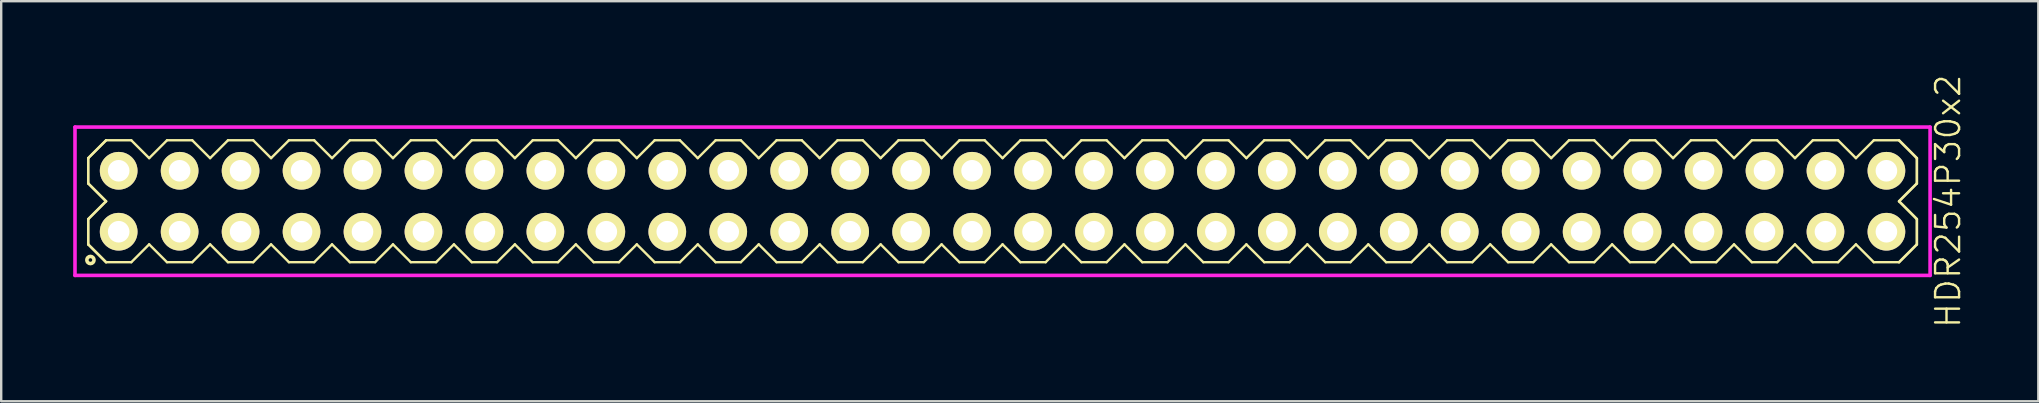
<source format=kicad_pcb>
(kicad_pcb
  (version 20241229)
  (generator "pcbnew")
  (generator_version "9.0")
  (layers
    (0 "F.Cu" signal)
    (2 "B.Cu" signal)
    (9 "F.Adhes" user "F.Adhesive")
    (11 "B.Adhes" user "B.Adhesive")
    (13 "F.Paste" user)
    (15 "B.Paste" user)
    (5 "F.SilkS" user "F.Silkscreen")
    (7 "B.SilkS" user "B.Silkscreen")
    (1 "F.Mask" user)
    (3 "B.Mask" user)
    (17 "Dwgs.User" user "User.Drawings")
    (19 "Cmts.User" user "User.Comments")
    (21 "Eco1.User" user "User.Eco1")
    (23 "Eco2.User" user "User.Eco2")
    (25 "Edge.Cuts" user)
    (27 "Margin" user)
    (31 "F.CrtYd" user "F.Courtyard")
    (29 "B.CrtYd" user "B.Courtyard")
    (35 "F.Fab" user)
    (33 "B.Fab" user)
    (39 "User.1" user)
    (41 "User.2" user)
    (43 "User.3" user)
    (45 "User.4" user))
  (footprint "HDR254P30x2"
    (layer "F.Cu")
    (at 38.725 5.336)
    (property "Reference" "HDR254P30x2" (at 39.4 0 90) (layer "F.SilkS") (effects (font (size 1 1) (thickness 0.1))))
    (attr through_hole)
    (fp_line (start -38.1 -1.796) (end -37.356 -2.54) (stroke (width 0.1) (type solid)) (layer "F.SilkS"))
    (fp_line (start -38.1 -1.796) (end -37.356 -2.54) (stroke (width 0.1) (type solid)) (layer "F.SilkS"))
    (fp_line (start -38.1 -0.744) (end -38.1 -1.796) (stroke (width 0.1) (type solid)) (layer "F.SilkS"))
    (fp_line (start -38.1 -0.744) (end -38.1 -1.796) (stroke (width 0.1) (type solid)) (layer "F.SilkS"))
    (fp_line (start -38.1 0.744) (end -37.356 0) (stroke (width 0.1) (type solid)) (layer "F.SilkS"))
    (fp_line (start -38.1 0.744) (end -37.356 0) (stroke (width 0.1) (type solid)) (layer "F.SilkS"))
    (fp_line (start -38.1 1.796) (end -38.1 0.744) (stroke (width 0.1) (type solid)) (layer "F.SilkS"))
    (fp_line (start -38.1 1.796) (end -38.1 0.744) (stroke (width 0.1) (type solid)) (layer "F.SilkS"))
    (fp_line (start -37.356 -2.54) (end -36.304 -2.54) (stroke (width 0.1) (type solid)) (layer "F.SilkS"))
    (fp_line (start -37.356 0) (end -38.1 -0.744) (stroke (width 0.1) (type solid)) (layer "F.SilkS"))
    (fp_line (start -37.356 0) (end -38.1 -0.744) (stroke (width 0.1) (type solid)) (layer "F.SilkS"))
    (fp_line (start -37.356 2.54) (end -38.1 1.796) (stroke (width 0.1) (type solid)) (layer "F.SilkS"))
    (fp_line (start -37.356 2.54) (end -38.1 1.796) (stroke (width 0.1) (type solid)) (layer "F.SilkS"))
    (fp_line (start -36.304 -2.54) (end -35.56 -1.796) (stroke (width 0.1) (type solid)) (layer "F.SilkS"))
    (fp_line (start -36.304 2.54) (end -37.356 2.54) (stroke (width 0.1) (type solid)) (layer "F.SilkS"))
    (fp_line (start -35.56 -1.796) (end -34.816 -2.54) (stroke (width 0.1) (type solid)) (layer "F.SilkS"))
    (fp_line (start -35.56 1.796) (end -36.304 2.54) (stroke (width 0.1) (type solid)) (layer "F.SilkS"))
    (fp_line (start -34.816 -2.54) (end -33.764 -2.54) (stroke (width 0.1) (type solid)) (layer "F.SilkS"))
    (fp_line (start -34.816 2.54) (end -35.56 1.796) (stroke (width 0.1) (type solid)) (layer "F.SilkS"))
    (fp_line (start -33.764 -2.54) (end -33.02 -1.796) (stroke (width 0.1) (type solid)) (layer "F.SilkS"))
    (fp_line (start -33.764 2.54) (end -34.816 2.54) (stroke (width 0.1) (type solid)) (layer "F.SilkS"))
    (fp_line (start -33.02 -1.796) (end -32.276 -2.54) (stroke (width 0.1) (type solid)) (layer "F.SilkS"))
    (fp_line (start -33.02 1.796) (end -33.764 2.54) (stroke (width 0.1) (type solid)) (layer "F.SilkS"))
    (fp_line (start -32.276 -2.54) (end -31.224 -2.54) (stroke (width 0.1) (type solid)) (layer "F.SilkS"))
    (fp_line (start -32.276 2.54) (end -33.02 1.796) (stroke (width 0.1) (type solid)) (layer "F.SilkS"))
    (fp_line (start -31.224 -2.54) (end -30.48 -1.796) (stroke (width 0.1) (type solid)) (layer "F.SilkS"))
    (fp_line (start -31.224 2.54) (end -32.276 2.54) (stroke (width 0.1) (type solid)) (layer "F.SilkS"))
    (fp_line (start -30.48 -1.796) (end -29.736 -2.54) (stroke (width 0.1) (type solid)) (layer "F.SilkS"))
    (fp_line (start -30.48 1.796) (end -31.224 2.54) (stroke (width 0.1) (type solid)) (layer "F.SilkS"))
    (fp_line (start -29.736 -2.54) (end -28.684 -2.54) (stroke (width 0.1) (type solid)) (layer "F.SilkS"))
    (fp_line (start -29.736 2.54) (end -30.48 1.796) (stroke (width 0.1) (type solid)) (layer "F.SilkS"))
    (fp_line (start -28.684 -2.54) (end -27.94 -1.796) (stroke (width 0.1) (type solid)) (layer "F.SilkS"))
    (fp_line (start -28.684 2.54) (end -29.736 2.54) (stroke (width 0.1) (type solid)) (layer "F.SilkS"))
    (fp_line (start -27.94 -1.796) (end -27.196 -2.54) (stroke (width 0.1) (type solid)) (layer "F.SilkS"))
    (fp_line (start -27.94 1.796) (end -28.684 2.54) (stroke (width 0.1) (type solid)) (layer "F.SilkS"))
    (fp_line (start -27.196 -2.54) (end -26.144 -2.54) (stroke (width 0.1) (type solid)) (layer "F.SilkS"))
    (fp_line (start -27.196 2.54) (end -27.94 1.796) (stroke (width 0.1) (type solid)) (layer "F.SilkS"))
    (fp_line (start -26.144 -2.54) (end -25.4 -1.796) (stroke (width 0.1) (type solid)) (layer "F.SilkS"))
    (fp_line (start -26.144 2.54) (end -27.196 2.54) (stroke (width 0.1) (type solid)) (layer "F.SilkS"))
    (fp_line (start -25.4 -1.796) (end -24.656 -2.54) (stroke (width 0.1) (type solid)) (layer "F.SilkS"))
    (fp_line (start -25.4 1.796) (end -26.144 2.54) (stroke (width 0.1) (type solid)) (layer "F.SilkS"))
    (fp_line (start -24.656 -2.54) (end -23.604 -2.54) (stroke (width 0.1) (type solid)) (layer "F.SilkS"))
    (fp_line (start -24.656 2.54) (end -25.4 1.796) (stroke (width 0.1) (type solid)) (layer "F.SilkS"))
    (fp_line (start -23.604 -2.54) (end -22.86 -1.796) (stroke (width 0.1) (type solid)) (layer "F.SilkS"))
    (fp_line (start -23.604 2.54) (end -24.656 2.54) (stroke (width 0.1) (type solid)) (layer "F.SilkS"))
    (fp_line (start -22.86 -1.796) (end -22.116 -2.54) (stroke (width 0.1) (type solid)) (layer "F.SilkS"))
    (fp_line (start -22.86 1.796) (end -23.604 2.54) (stroke (width 0.1) (type solid)) (layer "F.SilkS"))
    (fp_line (start -22.116 -2.54) (end -21.064 -2.54) (stroke (width 0.1) (type solid)) (layer "F.SilkS"))
    (fp_line (start -22.116 2.54) (end -22.86 1.796) (stroke (width 0.1) (type solid)) (layer "F.SilkS"))
    (fp_line (start -21.064 -2.54) (end -20.32 -1.796) (stroke (width 0.1) (type solid)) (layer "F.SilkS"))
    (fp_line (start -21.064 2.54) (end -22.116 2.54) (stroke (width 0.1) (type solid)) (layer "F.SilkS"))
    (fp_line (start -20.32 -1.796) (end -19.576 -2.54) (stroke (width 0.1) (type solid)) (layer "F.SilkS"))
    (fp_line (start -20.32 1.796) (end -21.064 2.54) (stroke (width 0.1) (type solid)) (layer "F.SilkS"))
    (fp_line (start -19.576 -2.54) (end -18.524 -2.54) (stroke (width 0.1) (type solid)) (layer "F.SilkS"))
    (fp_line (start -19.576 2.54) (end -20.32 1.796) (stroke (width 0.1) (type solid)) (layer "F.SilkS"))
    (fp_line (start -18.524 -2.54) (end -17.78 -1.796) (stroke (width 0.1) (type solid)) (layer "F.SilkS"))
    (fp_line (start -18.524 2.54) (end -19.576 2.54) (stroke (width 0.1) (type solid)) (layer "F.SilkS"))
    (fp_line (start -17.78 -1.796) (end -17.036 -2.54) (stroke (width 0.1) (type solid)) (layer "F.SilkS"))
    (fp_line (start -17.78 1.796) (end -18.524 2.54) (stroke (width 0.1) (type solid)) (layer "F.SilkS"))
    (fp_line (start -17.036 -2.54) (end -15.984 -2.54) (stroke (width 0.1) (type solid)) (layer "F.SilkS"))
    (fp_line (start -17.036 2.54) (end -17.78 1.796) (stroke (width 0.1) (type solid)) (layer "F.SilkS"))
    (fp_line (start -15.984 -2.54) (end -15.24 -1.796) (stroke (width 0.1) (type solid)) (layer "F.SilkS"))
    (fp_line (start -15.984 2.54) (end -17.036 2.54) (stroke (width 0.1) (type solid)) (layer "F.SilkS"))
    (fp_line (start -15.24 -1.796) (end -14.496 -2.54) (stroke (width 0.1) (type solid)) (layer "F.SilkS"))
    (fp_line (start -15.24 1.796) (end -15.984 2.54) (stroke (width 0.1) (type solid)) (layer "F.SilkS"))
    (fp_line (start -14.496 -2.54) (end -13.444 -2.54) (stroke (width 0.1) (type solid)) (layer "F.SilkS"))
    (fp_line (start -14.496 2.54) (end -15.24 1.796) (stroke (width 0.1) (type solid)) (layer "F.SilkS"))
    (fp_line (start -13.444 -2.54) (end -12.7 -1.796) (stroke (width 0.1) (type solid)) (layer "F.SilkS"))
    (fp_line (start -13.444 2.54) (end -14.496 2.54) (stroke (width 0.1) (type solid)) (layer "F.SilkS"))
    (fp_line (start -12.7 -1.796) (end -11.956 -2.54) (stroke (width 0.1) (type solid)) (layer "F.SilkS"))
    (fp_line (start -12.7 1.796) (end -13.444 2.54) (stroke (width 0.1) (type solid)) (layer "F.SilkS"))
    (fp_line (start -11.956 -2.54) (end -10.904 -2.54) (stroke (width 0.1) (type solid)) (layer "F.SilkS"))
    (fp_line (start -11.956 2.54) (end -12.7 1.796) (stroke (width 0.1) (type solid)) (layer "F.SilkS"))
    (fp_line (start -10.904 -2.54) (end -10.16 -1.796) (stroke (width 0.1) (type solid)) (layer "F.SilkS"))
    (fp_line (start -10.904 2.54) (end -11.956 2.54) (stroke (width 0.1) (type solid)) (layer "F.SilkS"))
    (fp_line (start -10.16 -1.796) (end -9.416 -2.54) (stroke (width 0.1) (type solid)) (layer "F.SilkS"))
    (fp_line (start -10.16 1.796) (end -10.904 2.54) (stroke (width 0.1) (type solid)) (layer "F.SilkS"))
    (fp_line (start -9.416 -2.54) (end -8.364 -2.54) (stroke (width 0.1) (type solid)) (layer "F.SilkS"))
    (fp_line (start -9.416 2.54) (end -10.16 1.796) (stroke (width 0.1) (type solid)) (layer "F.SilkS"))
    (fp_line (start -8.364 -2.54) (end -7.62 -1.796) (stroke (width 0.1) (type solid)) (layer "F.SilkS"))
    (fp_line (start -8.364 2.54) (end -9.416 2.54) (stroke (width 0.1) (type solid)) (layer "F.SilkS"))
    (fp_line (start -7.62 -1.796) (end -6.876 -2.54) (stroke (width 0.1) (type solid)) (layer "F.SilkS"))
    (fp_line (start -7.62 1.796) (end -8.364 2.54) (stroke (width 0.1) (type solid)) (layer "F.SilkS"))
    (fp_line (start -6.876 -2.54) (end -5.824 -2.54) (stroke (width 0.1) (type solid)) (layer "F.SilkS"))
    (fp_line (start -6.876 2.54) (end -7.62 1.796) (stroke (width 0.1) (type solid)) (layer "F.SilkS"))
    (fp_line (start -5.824 -2.54) (end -5.08 -1.796) (stroke (width 0.1) (type solid)) (layer "F.SilkS"))
    (fp_line (start -5.824 2.54) (end -6.876 2.54) (stroke (width 0.1) (type solid)) (layer "F.SilkS"))
    (fp_line (start -5.08 -1.796) (end -4.336 -2.54) (stroke (width 0.1) (type solid)) (layer "F.SilkS"))
    (fp_line (start -5.08 1.796) (end -5.824 2.54) (stroke (width 0.1) (type solid)) (layer "F.SilkS"))
    (fp_line (start -4.336 -2.54) (end -3.284 -2.54) (stroke (width 0.1) (type solid)) (layer "F.SilkS"))
    (fp_line (start -4.336 2.54) (end -5.08 1.796) (stroke (width 0.1) (type solid)) (layer "F.SilkS"))
    (fp_line (start -3.284 -2.54) (end -2.54 -1.796) (stroke (width 0.1) (type solid)) (layer "F.SilkS"))
    (fp_line (start -3.284 2.54) (end -4.336 2.54) (stroke (width 0.1) (type solid)) (layer "F.SilkS"))
    (fp_line (start -2.54 -1.796) (end -1.796 -2.54) (stroke (width 0.1) (type solid)) (layer "F.SilkS"))
    (fp_line (start -2.54 1.796) (end -3.284 2.54) (stroke (width 0.1) (type solid)) (layer "F.SilkS"))
    (fp_line (start -1.796 -2.54) (end -0.744 -2.54) (stroke (width 0.1) (type solid)) (layer "F.SilkS"))
    (fp_line (start -1.796 2.54) (end -2.54 1.796) (stroke (width 0.1) (type solid)) (layer "F.SilkS"))
    (fp_line (start -0.744 -2.54) (end 0 -1.796) (stroke (width 0.1) (type solid)) (layer "F.SilkS"))
    (fp_line (start -0.744 2.54) (end -1.796 2.54) (stroke (width 0.1) (type solid)) (layer "F.SilkS"))
    (fp_line (start 0 -1.796) (end 0.744 -2.54) (stroke (width 0.1) (type solid)) (layer "F.SilkS"))
    (fp_line (start 0 1.796) (end -0.744 2.54) (stroke (width 0.1) (type solid)) (layer "F.SilkS"))
    (fp_line (start 0.744 -2.54) (end 1.796 -2.54) (stroke (width 0.1) (type solid)) (layer "F.SilkS"))
    (fp_line (start 0.744 2.54) (end 0 1.796) (stroke (width 0.1) (type solid)) (layer "F.SilkS"))
    (fp_line (start 1.796 -2.54) (end 2.54 -1.796) (stroke (width 0.1) (type solid)) (layer "F.SilkS"))
    (fp_line (start 1.796 2.54) (end 0.744 2.54) (stroke (width 0.1) (type solid)) (layer "F.SilkS"))
    (fp_line (start 2.54 -1.796) (end 3.284 -2.54) (stroke (width 0.1) (type solid)) (layer "F.SilkS"))
    (fp_line (start 2.54 1.796) (end 1.796 2.54) (stroke (width 0.1) (type solid)) (layer "F.SilkS"))
    (fp_line (start 3.284 -2.54) (end 4.336 -2.54) (stroke (width 0.1) (type solid)) (layer "F.SilkS"))
    (fp_line (start 3.284 2.54) (end 2.54 1.796) (stroke (width 0.1) (type solid)) (layer "F.SilkS"))
    (fp_line (start 4.336 -2.54) (end 5.08 -1.796) (stroke (width 0.1) (type solid)) (layer "F.SilkS"))
    (fp_line (start 4.336 2.54) (end 3.284 2.54) (stroke (width 0.1) (type solid)) (layer "F.SilkS"))
    (fp_line (start 5.08 -1.796) (end 5.824 -2.54) (stroke (width 0.1) (type solid)) (layer "F.SilkS"))
    (fp_line (start 5.08 1.796) (end 4.336 2.54) (stroke (width 0.1) (type solid)) (layer "F.SilkS"))
    (fp_line (start 5.824 -2.54) (end 6.876 -2.54) (stroke (width 0.1) (type solid)) (layer "F.SilkS"))
    (fp_line (start 5.824 2.54) (end 5.08 1.796) (stroke (width 0.1) (type solid)) (layer "F.SilkS"))
    (fp_line (start 6.876 -2.54) (end 7.62 -1.796) (stroke (width 0.1) (type solid)) (layer "F.SilkS"))
    (fp_line (start 6.876 2.54) (end 5.824 2.54) (stroke (width 0.1) (type solid)) (layer "F.SilkS"))
    (fp_line (start 7.62 -1.796) (end 8.364 -2.54) (stroke (width 0.1) (type solid)) (layer "F.SilkS"))
    (fp_line (start 7.62 1.796) (end 6.876 2.54) (stroke (width 0.1) (type solid)) (layer "F.SilkS"))
    (fp_line (start 8.364 -2.54) (end 9.416 -2.54) (stroke (width 0.1) (type solid)) (layer "F.SilkS"))
    (fp_line (start 8.364 2.54) (end 7.62 1.796) (stroke (width 0.1) (type solid)) (layer "F.SilkS"))
    (fp_line (start 9.416 -2.54) (end 10.16 -1.796) (stroke (width 0.1) (type solid)) (layer "F.SilkS"))
    (fp_line (start 9.416 2.54) (end 8.364 2.54) (stroke (width 0.1) (type solid)) (layer "F.SilkS"))
    (fp_line (start 10.16 -1.796) (end 10.904 -2.54) (stroke (width 0.1) (type solid)) (layer "F.SilkS"))
    (fp_line (start 10.16 1.796) (end 9.416 2.54) (stroke (width 0.1) (type solid)) (layer "F.SilkS"))
    (fp_line (start 10.904 -2.54) (end 11.956 -2.54) (stroke (width 0.1) (type solid)) (layer "F.SilkS"))
    (fp_line (start 10.904 2.54) (end 10.16 1.796) (stroke (width 0.1) (type solid)) (layer "F.SilkS"))
    (fp_line (start 11.956 -2.54) (end 12.7 -1.796) (stroke (width 0.1) (type solid)) (layer "F.SilkS"))
    (fp_line (start 11.956 2.54) (end 10.904 2.54) (stroke (width 0.1) (type solid)) (layer "F.SilkS"))
    (fp_line (start 12.7 -1.796) (end 13.444 -2.54) (stroke (width 0.1) (type solid)) (layer "F.SilkS"))
    (fp_line (start 12.7 1.796) (end 11.956 2.54) (stroke (width 0.1) (type solid)) (layer "F.SilkS"))
    (fp_line (start 13.444 -2.54) (end 14.496 -2.54) (stroke (width 0.1) (type solid)) (layer "F.SilkS"))
    (fp_line (start 13.444 2.54) (end 12.7 1.796) (stroke (width 0.1) (type solid)) (layer "F.SilkS"))
    (fp_line (start 14.496 -2.54) (end 15.24 -1.796) (stroke (width 0.1) (type solid)) (layer "F.SilkS"))
    (fp_line (start 14.496 2.54) (end 13.444 2.54) (stroke (width 0.1) (type solid)) (layer "F.SilkS"))
    (fp_line (start 15.24 -1.796) (end 15.984 -2.54) (stroke (width 0.1) (type solid)) (layer "F.SilkS"))
    (fp_line (start 15.24 1.796) (end 14.496 2.54) (stroke (width 0.1) (type solid)) (layer "F.SilkS"))
    (fp_line (start 15.984 -2.54) (end 17.036 -2.54) (stroke (width 0.1) (type solid)) (layer "F.SilkS"))
    (fp_line (start 15.984 2.54) (end 15.24 1.796) (stroke (width 0.1) (type solid)) (layer "F.SilkS"))
    (fp_line (start 17.036 -2.54) (end 17.78 -1.796) (stroke (width 0.1) (type solid)) (layer "F.SilkS"))
    (fp_line (start 17.036 2.54) (end 15.984 2.54) (stroke (width 0.1) (type solid)) (layer "F.SilkS"))
    (fp_line (start 17.78 -1.796) (end 18.524 -2.54) (stroke (width 0.1) (type solid)) (layer "F.SilkS"))
    (fp_line (start 17.78 1.796) (end 17.036 2.54) (stroke (width 0.1) (type solid)) (layer "F.SilkS"))
    (fp_line (start 18.524 -2.54) (end 19.576 -2.54) (stroke (width 0.1) (type solid)) (layer "F.SilkS"))
    (fp_line (start 18.524 2.54) (end 17.78 1.796) (stroke (width 0.1) (type solid)) (layer "F.SilkS"))
    (fp_line (start 19.576 -2.54) (end 20.32 -1.796) (stroke (width 0.1) (type solid)) (layer "F.SilkS"))
    (fp_line (start 19.576 2.54) (end 18.524 2.54) (stroke (width 0.1) (type solid)) (layer "F.SilkS"))
    (fp_line (start 20.32 -1.796) (end 21.064 -2.54) (stroke (width 0.1) (type solid)) (layer "F.SilkS"))
    (fp_line (start 20.32 1.796) (end 19.576 2.54) (stroke (width 0.1) (type solid)) (layer "F.SilkS"))
    (fp_line (start 21.064 -2.54) (end 22.116 -2.54) (stroke (width 0.1) (type solid)) (layer "F.SilkS"))
    (fp_line (start 21.064 2.54) (end 20.32 1.796) (stroke (width 0.1) (type solid)) (layer "F.SilkS"))
    (fp_line (start 22.116 -2.54) (end 22.86 -1.796) (stroke (width 0.1) (type solid)) (layer "F.SilkS"))
    (fp_line (start 22.116 2.54) (end 21.064 2.54) (stroke (width 0.1) (type solid)) (layer "F.SilkS"))
    (fp_line (start 22.86 -1.796) (end 23.604 -2.54) (stroke (width 0.1) (type solid)) (layer "F.SilkS"))
    (fp_line (start 22.86 1.796) (end 22.116 2.54) (stroke (width 0.1) (type solid)) (layer "F.SilkS"))
    (fp_line (start 23.604 -2.54) (end 24.656 -2.54) (stroke (width 0.1) (type solid)) (layer "F.SilkS"))
    (fp_line (start 23.604 2.54) (end 22.86 1.796) (stroke (width 0.1) (type solid)) (layer "F.SilkS"))
    (fp_line (start 24.656 -2.54) (end 25.4 -1.796) (stroke (width 0.1) (type solid)) (layer "F.SilkS"))
    (fp_line (start 24.656 2.54) (end 23.604 2.54) (stroke (width 0.1) (type solid)) (layer "F.SilkS"))
    (fp_line (start 25.4 -1.796) (end 26.144 -2.54) (stroke (width 0.1) (type solid)) (layer "F.SilkS"))
    (fp_line (start 25.4 1.796) (end 24.656 2.54) (stroke (width 0.1) (type solid)) (layer "F.SilkS"))
    (fp_line (start 26.144 -2.54) (end 27.196 -2.54) (stroke (width 0.1) (type solid)) (layer "F.SilkS"))
    (fp_line (start 26.144 2.54) (end 25.4 1.796) (stroke (width 0.1) (type solid)) (layer "F.SilkS"))
    (fp_line (start 27.196 -2.54) (end 27.94 -1.796) (stroke (width 0.1) (type solid)) (layer "F.SilkS"))
    (fp_line (start 27.196 2.54) (end 26.144 2.54) (stroke (width 0.1) (type solid)) (layer "F.SilkS"))
    (fp_line (start 27.94 -1.796) (end 28.684 -2.54) (stroke (width 0.1) (type solid)) (layer "F.SilkS"))
    (fp_line (start 27.94 1.796) (end 27.196 2.54) (stroke (width 0.1) (type solid)) (layer "F.SilkS"))
    (fp_line (start 28.684 -2.54) (end 29.736 -2.54) (stroke (width 0.1) (type solid)) (layer "F.SilkS"))
    (fp_line (start 28.684 2.54) (end 27.94 1.796) (stroke (width 0.1) (type solid)) (layer "F.SilkS"))
    (fp_line (start 29.736 -2.54) (end 30.48 -1.796) (stroke (width 0.1) (type solid)) (layer "F.SilkS"))
    (fp_line (start 29.736 2.54) (end 28.684 2.54) (stroke (width 0.1) (type solid)) (layer "F.SilkS"))
    (fp_line (start 30.48 -1.796) (end 31.224 -2.54) (stroke (width 0.1) (type solid)) (layer "F.SilkS"))
    (fp_line (start 30.48 1.796) (end 29.736 2.54) (stroke (width 0.1) (type solid)) (layer "F.SilkS"))
    (fp_line (start 31.224 -2.54) (end 32.276 -2.54) (stroke (width 0.1) (type solid)) (layer "F.SilkS"))
    (fp_line (start 31.224 2.54) (end 30.48 1.796) (stroke (width 0.1) (type solid)) (layer "F.SilkS"))
    (fp_line (start 32.276 -2.54) (end 33.02 -1.796) (stroke (width 0.1) (type solid)) (layer "F.SilkS"))
    (fp_line (start 32.276 2.54) (end 31.224 2.54) (stroke (width 0.1) (type solid)) (layer "F.SilkS"))
    (fp_line (start 33.02 -1.796) (end 33.764 -2.54) (stroke (width 0.1) (type solid)) (layer "F.SilkS"))
    (fp_line (start 33.02 1.796) (end 32.276 2.54) (stroke (width 0.1) (type solid)) (layer "F.SilkS"))
    (fp_line (start 33.764 -2.54) (end 34.816 -2.54) (stroke (width 0.1) (type solid)) (layer "F.SilkS"))
    (fp_line (start 33.764 2.54) (end 33.02 1.796) (stroke (width 0.1) (type solid)) (layer "F.SilkS"))
    (fp_line (start 34.816 -2.54) (end 35.56 -1.796) (stroke (width 0.1) (type solid)) (layer "F.SilkS"))
    (fp_line (start 34.816 2.54) (end 33.764 2.54) (stroke (width 0.1) (type solid)) (layer "F.SilkS"))
    (fp_line (start 35.56 -1.796) (end 36.304 -2.54) (stroke (width 0.1) (type solid)) (layer "F.SilkS"))
    (fp_line (start 35.56 1.796) (end 34.816 2.54) (stroke (width 0.1) (type solid)) (layer "F.SilkS"))
    (fp_line (start 36.304 -2.54) (end 37.356 -2.54) (stroke (width 0.1) (type solid)) (layer "F.SilkS"))
    (fp_line (start 36.304 2.54) (end 35.56 1.796) (stroke (width 0.1) (type solid)) (layer "F.SilkS"))
    (fp_line (start 37.356 -2.54) (end 38.1 -1.796) (stroke (width 0.1) (type solid)) (layer "F.SilkS"))
    (fp_line (start 37.356 -2.54) (end 38.1 -1.796) (stroke (width 0.1) (type solid)) (layer "F.SilkS"))
    (fp_line (start 37.356 0) (end 38.1 0.744) (stroke (width 0.1) (type solid)) (layer "F.SilkS"))
    (fp_line (start 37.356 0) (end 38.1 0.744) (stroke (width 0.1) (type solid)) (layer "F.SilkS"))
    (fp_line (start 37.356 2.54) (end 36.304 2.54) (stroke (width 0.1) (type solid)) (layer "F.SilkS"))
    (fp_line (start 38.1 -1.796) (end 38.1 -0.744) (stroke (width 0.1) (type solid)) (layer "F.SilkS"))
    (fp_line (start 38.1 -1.796) (end 38.1 -0.744) (stroke (width 0.1) (type solid)) (layer "F.SilkS"))
    (fp_line (start 38.1 -0.744) (end 37.356 0) (stroke (width 0.1) (type solid)) (layer "F.SilkS"))
    (fp_line (start 38.1 -0.744) (end 37.356 0) (stroke (width 0.1) (type solid)) (layer "F.SilkS"))
    (fp_line (start 38.1 0.744) (end 38.1 1.796) (stroke (width 0.1) (type solid)) (layer "F.SilkS"))
    (fp_line (start 38.1 0.744) (end 38.1 1.796) (stroke (width 0.1) (type solid)) (layer "F.SilkS"))
    (fp_line (start 38.1 1.796) (end 37.356 2.54) (stroke (width 0.1) (type solid)) (layer "F.SilkS"))
    (fp_line (start 38.1 1.796) (end 37.356 2.54) (stroke (width 0.1) (type solid)) (layer "F.SilkS"))
    (fp_circle (center -38.007 2.448) (end -37.857 2.448) (stroke (width 0.15) (type solid)) (fill no) (layer "F.SilkS"))
    (fp_line (start -38.65 -3.09) (end -38.65 3.09) (stroke (width 0.15) (type solid)) (layer "F.CrtYd"))
    (fp_line (start -38.65 3.09) (end 38.65 3.09) (stroke (width 0.15) (type solid)) (layer "F.CrtYd"))
    (fp_line (start 38.65 -3.09) (end -38.65 -3.09) (stroke (width 0.15) (type solid)) (layer "F.CrtYd"))
    (fp_line (start 38.65 3.09) (end 38.65 -3.09) (stroke (width 0.15) (type solid)) (layer "F.CrtYd"))
    (pad "1" thru_hole oval (at -36.83 1.27) (size 1.57 1.57) (drill 0.9) (layers "*.Cu" "*.Mask" "F.SilkS"))
    (pad "2" thru_hole oval (at -36.83 -1.27) (size 1.57 1.57) (drill 0.9) (layers "*.Cu" "*.Mask" "F.SilkS"))
    (pad "3" thru_hole oval (at -34.29 1.27) (size 1.57 1.57) (drill 0.9) (layers "*.Cu" "*.Mask" "F.SilkS"))
    (pad "4" thru_hole oval (at -34.29 -1.27) (size 1.57 1.57) (drill 0.9) (layers "*.Cu" "*.Mask" "F.SilkS"))
    (pad "5" thru_hole oval (at -31.75 1.27) (size 1.57 1.57) (drill 0.9) (layers "*.Cu" "*.Mask" "F.SilkS"))
    (pad "6" thru_hole oval (at -31.75 -1.27) (size 1.57 1.57) (drill 0.9) (layers "*.Cu" "*.Mask" "F.SilkS"))
    (pad "7" thru_hole oval (at -29.21 1.27) (size 1.57 1.57) (drill 0.9) (layers "*.Cu" "*.Mask" "F.SilkS"))
    (pad "8" thru_hole oval (at -29.21 -1.27) (size 1.57 1.57) (drill 0.9) (layers "*.Cu" "*.Mask" "F.SilkS"))
    (pad "9" thru_hole oval (at -26.67 1.27) (size 1.57 1.57) (drill 0.9) (layers "*.Cu" "*.Mask" "F.SilkS"))
    (pad "10" thru_hole oval (at -26.67 -1.27) (size 1.57 1.57) (drill 0.9) (layers "*.Cu" "*.Mask" "F.SilkS"))
    (pad "11" thru_hole oval (at -24.13 1.27) (size 1.57 1.57) (drill 0.9) (layers "*.Cu" "*.Mask" "F.SilkS"))
    (pad "12" thru_hole oval (at -24.13 -1.27) (size 1.57 1.57) (drill 0.9) (layers "*.Cu" "*.Mask" "F.SilkS"))
    (pad "13" thru_hole oval (at -21.59 1.27) (size 1.57 1.57) (drill 0.9) (layers "*.Cu" "*.Mask" "F.SilkS"))
    (pad "14" thru_hole oval (at -21.59 -1.27) (size 1.57 1.57) (drill 0.9) (layers "*.Cu" "*.Mask" "F.SilkS"))
    (pad "15" thru_hole oval (at -19.05 1.27) (size 1.57 1.57) (drill 0.9) (layers "*.Cu" "*.Mask" "F.SilkS"))
    (pad "16" thru_hole oval (at -19.05 -1.27) (size 1.57 1.57) (drill 0.9) (layers "*.Cu" "*.Mask" "F.SilkS"))
    (pad "17" thru_hole oval (at -16.51 1.27) (size 1.57 1.57) (drill 0.9) (layers "*.Cu" "*.Mask" "F.SilkS"))
    (pad "18" thru_hole oval (at -16.51 -1.27) (size 1.57 1.57) (drill 0.9) (layers "*.Cu" "*.Mask" "F.SilkS"))
    (pad "19" thru_hole oval (at -13.97 1.27) (size 1.57 1.57) (drill 0.9) (layers "*.Cu" "*.Mask" "F.SilkS"))
    (pad "20" thru_hole oval (at -13.97 -1.27) (size 1.57 1.57) (drill 0.9) (layers "*.Cu" "*.Mask" "F.SilkS"))
    (pad "21" thru_hole oval (at -11.43 1.27) (size 1.57 1.57) (drill 0.9) (layers "*.Cu" "*.Mask" "F.SilkS"))
    (pad "22" thru_hole oval (at -11.43 -1.27) (size 1.57 1.57) (drill 0.9) (layers "*.Cu" "*.Mask" "F.SilkS"))
    (pad "23" thru_hole oval (at -8.89 1.27) (size 1.57 1.57) (drill 0.9) (layers "*.Cu" "*.Mask" "F.SilkS"))
    (pad "24" thru_hole oval (at -8.89 -1.27) (size 1.57 1.57) (drill 0.9) (layers "*.Cu" "*.Mask" "F.SilkS"))
    (pad "25" thru_hole oval (at -6.35 1.27) (size 1.57 1.57) (drill 0.9) (layers "*.Cu" "*.Mask" "F.SilkS"))
    (pad "26" thru_hole oval (at -6.35 -1.27) (size 1.57 1.57) (drill 0.9) (layers "*.Cu" "*.Mask" "F.SilkS"))
    (pad "27" thru_hole oval (at -3.81 1.27) (size 1.57 1.57) (drill 0.9) (layers "*.Cu" "*.Mask" "F.SilkS"))
    (pad "28" thru_hole oval (at -3.81 -1.27) (size 1.57 1.57) (drill 0.9) (layers "*.Cu" "*.Mask" "F.SilkS"))
    (pad "29" thru_hole oval (at -1.27 1.27) (size 1.57 1.57) (drill 0.9) (layers "*.Cu" "*.Mask" "F.SilkS"))
    (pad "30" thru_hole oval (at -1.27 -1.27) (size 1.57 1.57) (drill 0.9) (layers "*.Cu" "*.Mask" "F.SilkS"))
    (pad "31" thru_hole oval (at 1.27 1.27) (size 1.57 1.57) (drill 0.9) (layers "*.Cu" "*.Mask" "F.SilkS"))
    (pad "32" thru_hole oval (at 1.27 -1.27) (size 1.57 1.57) (drill 0.9) (layers "*.Cu" "*.Mask" "F.SilkS"))
    (pad "33" thru_hole oval (at 3.81 1.27) (size 1.57 1.57) (drill 0.9) (layers "*.Cu" "*.Mask" "F.SilkS"))
    (pad "34" thru_hole oval (at 3.81 -1.27) (size 1.57 1.57) (drill 0.9) (layers "*.Cu" "*.Mask" "F.SilkS"))
    (pad "35" thru_hole oval (at 6.35 1.27) (size 1.57 1.57) (drill 0.9) (layers "*.Cu" "*.Mask" "F.SilkS"))
    (pad "36" thru_hole oval (at 6.35 -1.27) (size 1.57 1.57) (drill 0.9) (layers "*.Cu" "*.Mask" "F.SilkS"))
    (pad "37" thru_hole oval (at 8.89 1.27) (size 1.57 1.57) (drill 0.9) (layers "*.Cu" "*.Mask" "F.SilkS"))
    (pad "38" thru_hole oval (at 8.89 -1.27) (size 1.57 1.57) (drill 0.9) (layers "*.Cu" "*.Mask" "F.SilkS"))
    (pad "39" thru_hole oval (at 11.43 1.27) (size 1.57 1.57) (drill 0.9) (layers "*.Cu" "*.Mask" "F.SilkS"))
    (pad "40" thru_hole oval (at 11.43 -1.27) (size 1.57 1.57) (drill 0.9) (layers "*.Cu" "*.Mask" "F.SilkS"))
    (pad "41" thru_hole oval (at 13.97 1.27) (size 1.57 1.57) (drill 0.9) (layers "*.Cu" "*.Mask" "F.SilkS"))
    (pad "42" thru_hole oval (at 13.97 -1.27) (size 1.57 1.57) (drill 0.9) (layers "*.Cu" "*.Mask" "F.SilkS"))
    (pad "43" thru_hole oval (at 16.51 1.27) (size 1.57 1.57) (drill 0.9) (layers "*.Cu" "*.Mask" "F.SilkS"))
    (pad "44" thru_hole oval (at 16.51 -1.27) (size 1.57 1.57) (drill 0.9) (layers "*.Cu" "*.Mask" "F.SilkS"))
    (pad "45" thru_hole oval (at 19.05 1.27) (size 1.57 1.57) (drill 0.9) (layers "*.Cu" "*.Mask" "F.SilkS"))
    (pad "46" thru_hole oval (at 19.05 -1.27) (size 1.57 1.57) (drill 0.9) (layers "*.Cu" "*.Mask" "F.SilkS"))
    (pad "47" thru_hole oval (at 21.59 1.27) (size 1.57 1.57) (drill 0.9) (layers "*.Cu" "*.Mask" "F.SilkS"))
    (pad "48" thru_hole oval (at 21.59 -1.27) (size 1.57 1.57) (drill 0.9) (layers "*.Cu" "*.Mask" "F.SilkS"))
    (pad "49" thru_hole oval (at 24.13 1.27) (size 1.57 1.57) (drill 0.9) (layers "*.Cu" "*.Mask" "F.SilkS"))
    (pad "50" thru_hole oval (at 24.13 -1.27) (size 1.57 1.57) (drill 0.9) (layers "*.Cu" "*.Mask" "F.SilkS"))
    (pad "51" thru_hole oval (at 26.67 1.27) (size 1.57 1.57) (drill 0.9) (layers "*.Cu" "*.Mask" "F.SilkS"))
    (pad "52" thru_hole oval (at 26.67 -1.27) (size 1.57 1.57) (drill 0.9) (layers "*.Cu" "*.Mask" "F.SilkS"))
    (pad "53" thru_hole oval (at 29.21 1.27) (size 1.57 1.57) (drill 0.9) (layers "*.Cu" "*.Mask" "F.SilkS"))
    (pad "54" thru_hole oval (at 29.21 -1.27) (size 1.57 1.57) (drill 0.9) (layers "*.Cu" "*.Mask" "F.SilkS"))
    (pad "55" thru_hole oval (at 31.75 1.27) (size 1.57 1.57) (drill 0.9) (layers "*.Cu" "*.Mask" "F.SilkS"))
    (pad "56" thru_hole oval (at 31.75 -1.27) (size 1.57 1.57) (drill 0.9) (layers "*.Cu" "*.Mask" "F.SilkS"))
    (pad "57" thru_hole oval (at 34.29 1.27) (size 1.57 1.57) (drill 0.9) (layers "*.Cu" "*.Mask" "F.SilkS"))
    (pad "58" thru_hole oval (at 34.29 -1.27) (size 1.57 1.57) (drill 0.9) (layers "*.Cu" "*.Mask" "F.SilkS"))
    (pad "59" thru_hole oval (at 36.83 1.27) (size 1.57 1.57) (drill 0.9) (layers "*.Cu" "*.Mask" "F.SilkS"))
    (pad "60" thru_hole oval (at 36.83 -1.27) (size 1.57 1.57) (drill 0.9) (layers "*.Cu" "*.Mask" "F.SilkS")))
  (gr_rect
    (start -3 -3)
    (end 81.885 13.671)
    (stroke (width 0.1) (type default))
    (fill no)
    (layer "Edge.Cuts")))
</source>
